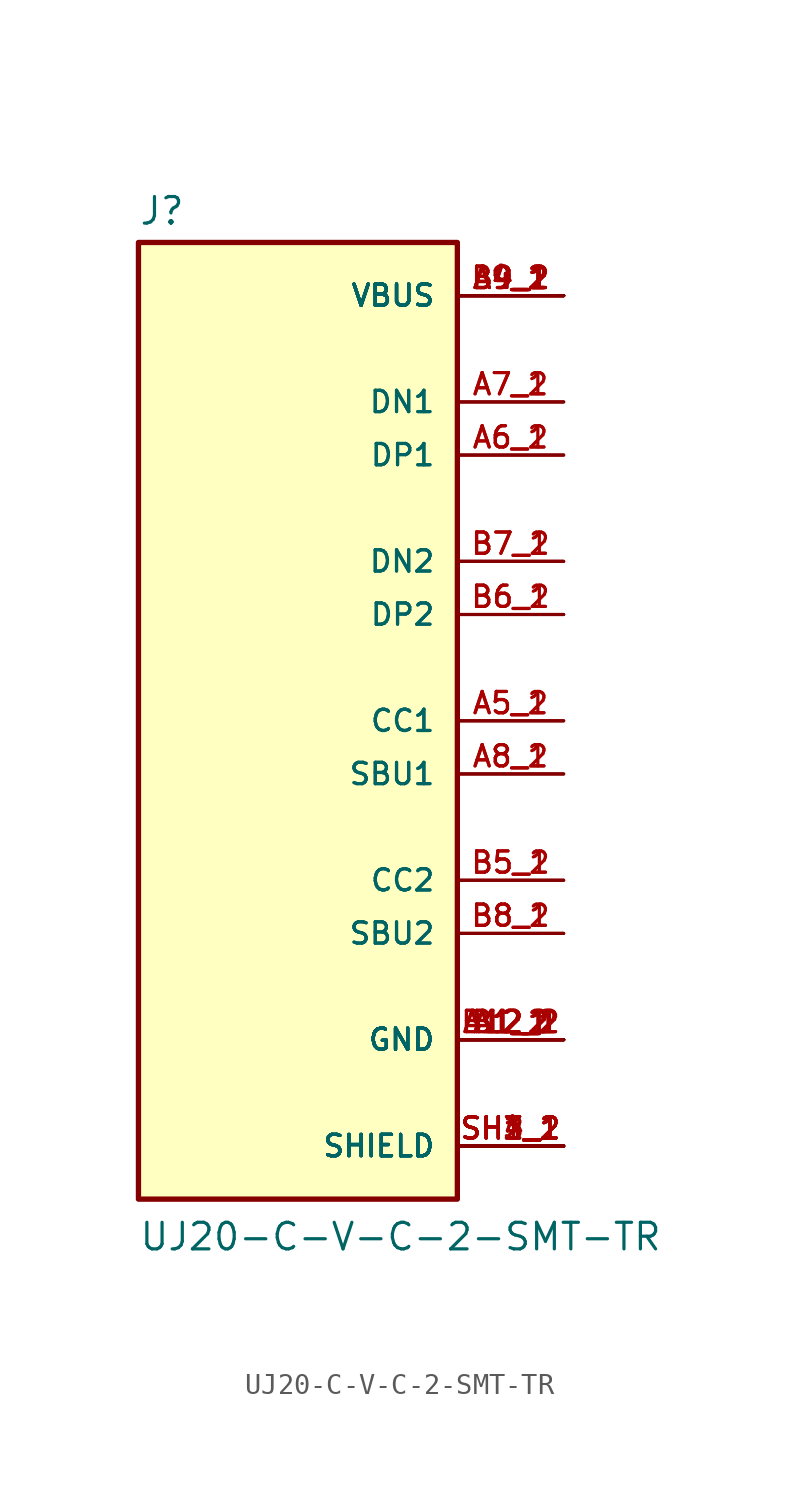
<source format=kicad_sym>
(kicad_symbol_lib
  (version 20211014)
  (generator kicad_symbol_editor)
  (symbol "UJ20-C-V-C-2-SMT-TR"
    (pin_names
      (offset 1.016))
    (property "Reference" "J"
      (at -7.62 23.622 0)
      (effects (font (size 1.27 1.27)) (justify bottom left)))
    (property "Value" "UJ20-C-V-C-2-SMT-TR"
      (at -7.62 -25.4 0)
      (effects (font (size 1.27 1.27)) (justify bottom left)))
    (symbol "UJ20-C-V-C-2-SMT-TR_0_0"
      (rectangle (start -7.62 -22.86) (end 7.62 22.86) (stroke (width 0.254)) (fill (type background)))
      (pin passive line (at 12.7 20.32 180.0) (length 5.08) (name "VBUS" (effects (font (size 1.016 1.016)))) (number "A4_1" (effects (font (size 1.016 1.016)))))
      (pin passive line (at 12.7 20.32 180.0) (length 5.08) (name "VBUS" (effects (font (size 1.016 1.016)))) (number "A4_2" (effects (font (size 1.016 1.016)))))
      (pin passive line (at 12.7 20.32 180.0) (length 5.08) (name "VBUS" (effects (font (size 1.016 1.016)))) (number "A9_1" (effects (font (size 1.016 1.016)))))
      (pin passive line (at 12.7 20.32 180.0) (length 5.08) (name "VBUS" (effects (font (size 1.016 1.016)))) (number "A9_2" (effects (font (size 1.016 1.016)))))
      (pin passive line (at 12.7 20.32 180.0) (length 5.08) (name "VBUS" (effects (font (size 1.016 1.016)))) (number "B4_1" (effects (font (size 1.016 1.016)))))
      (pin passive line (at 12.7 20.32 180.0) (length 5.08) (name "VBUS" (effects (font (size 1.016 1.016)))) (number "B4_2" (effects (font (size 1.016 1.016)))))
      (pin passive line (at 12.7 20.32 180.0) (length 5.08) (name "VBUS" (effects (font (size 1.016 1.016)))) (number "B9_1" (effects (font (size 1.016 1.016)))))
      (pin passive line (at 12.7 20.32 180.0) (length 5.08) (name "VBUS" (effects (font (size 1.016 1.016)))) (number "B9_2" (effects (font (size 1.016 1.016)))))
      (pin passive line (at 12.7 -20.32 180.0) (length 5.08) (name "SHIELD" (effects (font (size 1.016 1.016)))) (number "SH1_1" (effects (font (size 1.016 1.016)))))
      (pin passive line (at 12.7 -20.32 180.0) (length 5.08) (name "SHIELD" (effects (font (size 1.016 1.016)))) (number "SH1_2" (effects (font (size 1.016 1.016)))))
      (pin passive line (at 12.7 -20.32 180.0) (length 5.08) (name "SHIELD" (effects (font (size 1.016 1.016)))) (number "SH2_1" (effects (font (size 1.016 1.016)))))
      (pin passive line (at 12.7 -20.32 180.0) (length 5.08) (name "SHIELD" (effects (font (size 1.016 1.016)))) (number "SH2_2" (effects (font (size 1.016 1.016)))))
      (pin passive line (at 12.7 -20.32 180.0) (length 5.08) (name "SHIELD" (effects (font (size 1.016 1.016)))) (number "SH3_1" (effects (font (size 1.016 1.016)))))
      (pin passive line (at 12.7 -20.32 180.0) (length 5.08) (name "SHIELD" (effects (font (size 1.016 1.016)))) (number "SH3_2" (effects (font (size 1.016 1.016)))))
      (pin passive line (at 12.7 -20.32 180.0) (length 5.08) (name "SHIELD" (effects (font (size 1.016 1.016)))) (number "SH4_1" (effects (font (size 1.016 1.016)))))
      (pin passive line (at 12.7 -20.32 180.0) (length 5.08) (name "SHIELD" (effects (font (size 1.016 1.016)))) (number "SH4_2" (effects (font (size 1.016 1.016)))))
      (pin passive line (at 12.7 15.24 180.0) (length 5.08) (name "DN1" (effects (font (size 1.016 1.016)))) (number "A7_1" (effects (font (size 1.016 1.016)))))
      (pin passive line (at 12.7 15.24 180.0) (length 5.08) (name "DN1" (effects (font (size 1.016 1.016)))) (number "A7_2" (effects (font (size 1.016 1.016)))))
      (pin passive line (at 12.7 12.7 180.0) (length 5.08) (name "DP1" (effects (font (size 1.016 1.016)))) (number "A6_1" (effects (font (size 1.016 1.016)))))
      (pin passive line (at 12.7 12.7 180.0) (length 5.08) (name "DP1" (effects (font (size 1.016 1.016)))) (number "A6_2" (effects (font (size 1.016 1.016)))))
      (pin passive line (at 12.7 7.62 180.0) (length 5.08) (name "DN2" (effects (font (size 1.016 1.016)))) (number "B7_1" (effects (font (size 1.016 1.016)))))
      (pin passive line (at 12.7 7.62 180.0) (length 5.08) (name "DN2" (effects (font (size 1.016 1.016)))) (number "B7_2" (effects (font (size 1.016 1.016)))))
      (pin passive line (at 12.7 5.08 180.0) (length 5.08) (name "DP2" (effects (font (size 1.016 1.016)))) (number "B6_1" (effects (font (size 1.016 1.016)))))
      (pin passive line (at 12.7 5.08 180.0) (length 5.08) (name "DP2" (effects (font (size 1.016 1.016)))) (number "B6_2" (effects (font (size 1.016 1.016)))))
      (pin passive line (at 12.7 -15.24 180.0) (length 5.08) (name "GND" (effects (font (size 1.016 1.016)))) (number "A1_1" (effects (font (size 1.016 1.016)))))
      (pin passive line (at 12.7 -15.24 180.0) (length 5.08) (name "GND" (effects (font (size 1.016 1.016)))) (number "A1_2" (effects (font (size 1.016 1.016)))))
      (pin passive line (at 12.7 -15.24 180.0) (length 5.08) (name "GND" (effects (font (size 1.016 1.016)))) (number "A12_1" (effects (font (size 1.016 1.016)))))
      (pin passive line (at 12.7 -15.24 180.0) (length 5.08) (name "GND" (effects (font (size 1.016 1.016)))) (number "A12_2" (effects (font (size 1.016 1.016)))))
      (pin passive line (at 12.7 -15.24 180.0) (length 5.08) (name "GND" (effects (font (size 1.016 1.016)))) (number "B1_1" (effects (font (size 1.016 1.016)))))
      (pin passive line (at 12.7 -15.24 180.0) (length 5.08) (name "GND" (effects (font (size 1.016 1.016)))) (number "B1_2" (effects (font (size 1.016 1.016)))))
      (pin passive line (at 12.7 -15.24 180.0) (length 5.08) (name "GND" (effects (font (size 1.016 1.016)))) (number "B12_1" (effects (font (size 1.016 1.016)))))
      (pin passive line (at 12.7 -15.24 180.0) (length 5.08) (name "GND" (effects (font (size 1.016 1.016)))) (number "B12_2" (effects (font (size 1.016 1.016)))))
      (pin passive line (at 12.7 0.0 180.0) (length 5.08) (name "CC1" (effects (font (size 1.016 1.016)))) (number "A5_1" (effects (font (size 1.016 1.016)))))
      (pin passive line (at 12.7 0.0 180.0) (length 5.08) (name "CC1" (effects (font (size 1.016 1.016)))) (number "A5_2" (effects (font (size 1.016 1.016)))))
      (pin passive line (at 12.7 -2.54 180.0) (length 5.08) (name "SBU1" (effects (font (size 1.016 1.016)))) (number "A8_1" (effects (font (size 1.016 1.016)))))
      (pin passive line (at 12.7 -2.54 180.0) (length 5.08) (name "SBU1" (effects (font (size 1.016 1.016)))) (number "A8_2" (effects (font (size 1.016 1.016)))))
      (pin passive line (at 12.7 -7.62 180.0) (length 5.08) (name "CC2" (effects (font (size 1.016 1.016)))) (number "B5_1" (effects (font (size 1.016 1.016)))))
      (pin passive line (at 12.7 -7.62 180.0) (length 5.08) (name "CC2" (effects (font (size 1.016 1.016)))) (number "B5_2" (effects (font (size 1.016 1.016)))))
      (pin passive line (at 12.7 -10.16 180.0) (length 5.08) (name "SBU2" (effects (font (size 1.016 1.016)))) (number "B8_1" (effects (font (size 1.016 1.016)))))
      (pin passive line (at 12.7 -10.16 180.0) (length 5.08) (name "SBU2" (effects (font (size 1.016 1.016)))) (number "B8_2" (effects (font (size 1.016 1.016))))))))
</source>
